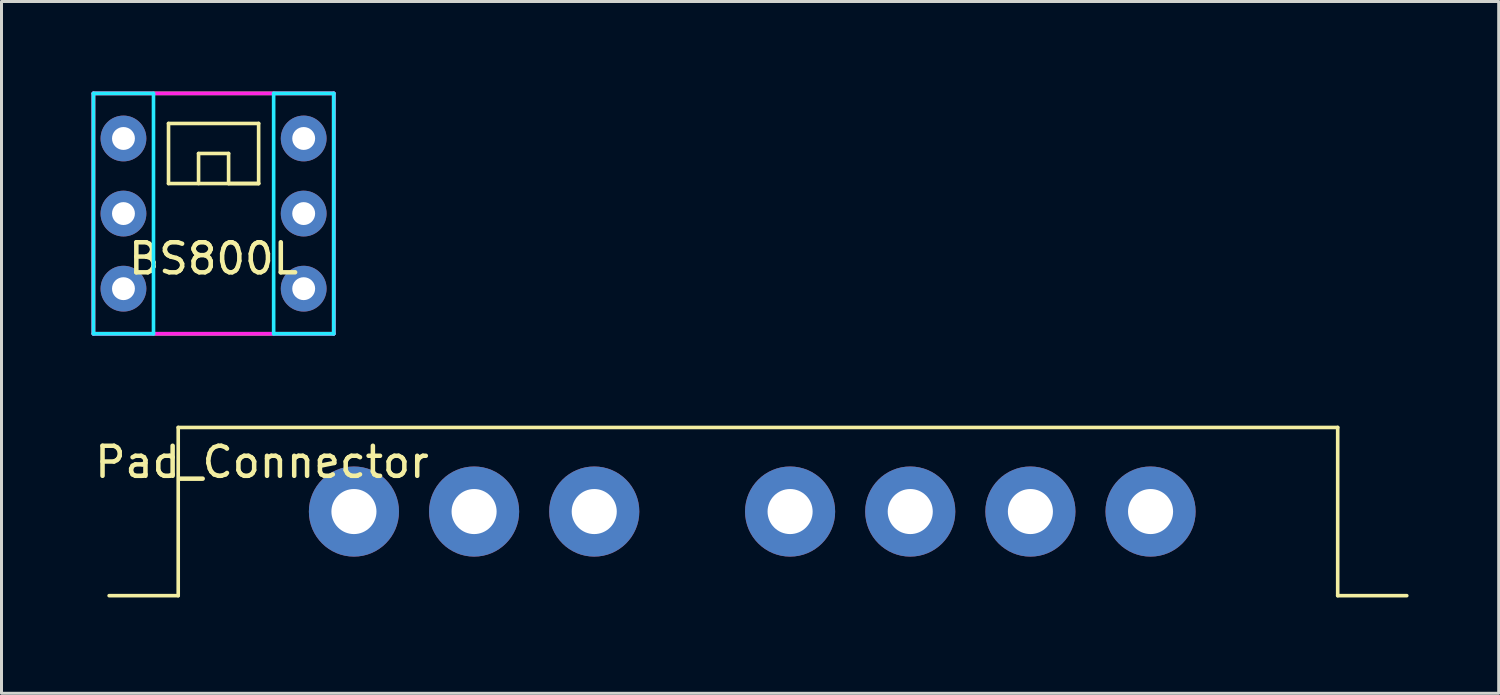
<source format=kicad_pcb>
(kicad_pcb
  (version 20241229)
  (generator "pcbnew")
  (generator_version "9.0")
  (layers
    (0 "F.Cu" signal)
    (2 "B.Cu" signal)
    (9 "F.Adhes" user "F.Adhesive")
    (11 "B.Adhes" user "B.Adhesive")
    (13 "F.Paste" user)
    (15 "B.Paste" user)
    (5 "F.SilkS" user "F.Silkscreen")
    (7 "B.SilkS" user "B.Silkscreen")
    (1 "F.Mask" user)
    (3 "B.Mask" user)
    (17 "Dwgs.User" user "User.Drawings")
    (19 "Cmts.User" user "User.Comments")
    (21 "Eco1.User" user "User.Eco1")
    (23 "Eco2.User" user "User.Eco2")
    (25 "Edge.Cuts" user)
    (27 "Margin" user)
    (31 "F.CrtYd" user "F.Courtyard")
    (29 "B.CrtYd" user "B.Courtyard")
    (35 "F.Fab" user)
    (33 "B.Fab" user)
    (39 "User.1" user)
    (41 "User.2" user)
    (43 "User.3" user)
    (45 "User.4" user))
  (footprint "Pad_Connector"
    (layer "F.Cu")
    (at 22.183 16.78)
    (property "Reference" "Pad_Connector" (at -16.51 -4.445 0) (layer "F.SilkS") (effects (font (size 1 1) (thickness 0.15))))
    (attr through_hole)
    (fp_line (start -21.6 0) (end -19.3 0) (stroke (width 0.12) (type solid)) (layer "F.SilkS"))
    (fp_line (start -19.3 0) (end -19.3 -5.6) (stroke (width 0.12) (type solid)) (layer "F.SilkS"))
    (fp_line (start 19.3 -5.6) (end -19.3 -5.6) (stroke (width 0.12) (type solid)) (layer "F.SilkS"))
    (fp_line (start 19.3 0) (end 19.3 -5.6) (stroke (width 0.12) (type solid)) (layer "F.SilkS"))
    (fp_line (start 21.6 0) (end 19.3 0) (stroke (width 0.12) (type solid)) (layer "F.SilkS"))
    (pad "1" thru_hole circle (at 13.07 -2.8) (size 3 3) (drill 1.5) (layers "*.Cu" "*.Mask"))
    (pad "2" thru_hole circle (at 9.07 -2.8) (size 3 3) (drill 1.5) (layers "*.Cu" "*.Mask"))
    (pad "3" thru_hole circle (at 5.07 -2.8) (size 3 3) (drill 1.5) (layers "*.Cu" "*.Mask"))
    (pad "4" thru_hole circle (at 1.07 -2.8) (size 3 3) (drill 1.5) (layers "*.Cu" "*.Mask"))
    (pad "5" thru_hole circle (at -5.45 -2.8) (size 3 3) (drill 1.5) (layers "*.Cu" "*.Mask"))
    (pad "6" thru_hole circle (at -9.45 -2.8) (size 3 3) (drill 1.5) (layers "*.Cu" "*.Mask"))
    (pad "7" thru_hole circle (at -13.45 -2.8) (size 3 3) (drill 1.5) (layers "*.Cu" "*.Mask")))
  (footprint "BS800L"
    (layer "F.Cu")
    (at 4.06 4.06)
    (property "Reference" "BS800L" (at 0 1.5 0) (layer "F.SilkS") (effects (font (size 1 1) (thickness 0.15))))
    (attr through_hole)
    (fp_line (start -4 -4) (end -4 4) (stroke (width 0.12) (type solid)) (layer "F.SilkS"))
    (fp_line (start -4 4) (end 4 4) (stroke (width 0.12) (type solid)) (layer "F.SilkS"))
    (fp_line (start -1.5 -3) (end 1.5 -3) (stroke (width 0.12) (type solid)) (layer "F.SilkS"))
    (fp_line (start -1.5 -1) (end -1.5 -3) (stroke (width 0.12) (type solid)) (layer "F.SilkS"))
    (fp_line (start -0.5 -2) (end -0.5 -1) (stroke (width 0.12) (type solid)) (layer "F.SilkS"))
    (fp_line (start 0.5 -2) (end -0.5 -2) (stroke (width 0.12) (type solid)) (layer "F.SilkS"))
    (fp_line (start 0.5 -1) (end 0.5 -2) (stroke (width 0.12) (type solid)) (layer "F.SilkS"))
    (fp_line (start 1.5 -3) (end 1.5 -1) (stroke (width 0.12) (type solid)) (layer "F.SilkS"))
    (fp_line (start 1.5 -1) (end -1.5 -1) (stroke (width 0.12) (type solid)) (layer "F.SilkS"))
    (fp_line (start 1.5 -1) (end 0.5 -1) (stroke (width 0.12) (type solid)) (layer "F.SilkS"))
    (fp_line (start 4 -4) (end -4 -4) (stroke (width 0.12) (type solid)) (layer "F.SilkS"))
    (fp_line (start 4 4) (end 4 -4) (stroke (width 0.12) (type solid)) (layer "F.SilkS"))
    (fp_line (start -4 -4) (end -4 4) (stroke (width 0.12) (type solid)) (layer "B.CrtYd"))
    (fp_line (start -4 4) (end -2 4) (stroke (width 0.12) (type solid)) (layer "B.CrtYd"))
    (fp_line (start -2 -4) (end -4 -4) (stroke (width 0.12) (type solid)) (layer "B.CrtYd"))
    (fp_line (start -2 4) (end -2 -4) (stroke (width 0.12) (type solid)) (layer "B.CrtYd"))
    (fp_line (start 2 -4) (end 4 -4) (stroke (width 0.12) (type solid)) (layer "B.CrtYd"))
    (fp_line (start 2 4) (end 2 -4) (stroke (width 0.12) (type solid)) (layer "B.CrtYd"))
    (fp_line (start 4 -4) (end 4 4) (stroke (width 0.12) (type solid)) (layer "B.CrtYd"))
    (fp_line (start 4 4) (end 2 4) (stroke (width 0.12) (type solid)) (layer "B.CrtYd"))
    (fp_line (start -4 -4) (end -4 4) (stroke (width 0.12) (type solid)) (layer "F.CrtYd"))
    (fp_line (start -4 4) (end 4 4) (stroke (width 0.12) (type solid)) (layer "F.CrtYd"))
    (fp_line (start 4 -4) (end -4 -4) (stroke (width 0.12) (type solid)) (layer "F.CrtYd"))
    (fp_line (start 4 4) (end 4 -4) (stroke (width 0.12) (type solid)) (layer "F.CrtYd"))
    (pad "1" thru_hole circle (at 3 2.5 90) (size 1.524 1.524) (drill 0.762) (layers "*.Cu" "*.Mask"))
    (pad "2" thru_hole circle (at 3 -2.5 90) (size 1.524 1.524) (drill 0.762) (layers "*.Cu" "*.Mask"))
    (pad "3" thru_hole circle (at 3 0 90) (size 1.524 1.524) (drill 0.762) (layers "*.Cu" "*.Mask"))
    (pad "4" thru_hole circle (at -3 -2.5 90) (size 1.524 1.524) (drill 0.762) (layers "*.Cu" "*.Mask"))
    (pad "5" thru_hole circle (at -3 2.5 90) (size 1.524 1.524) (drill 0.762) (layers "*.Cu" "*.Mask"))
    (pad "6" thru_hole circle (at -3 0 90) (size 1.524 1.524) (drill 0.762) (layers "*.Cu" "*.Mask")))
  (gr_rect
    (start -3 -3)
    (end 46.843 20.03)
    (stroke (width 0.1) (type default))
    (fill no)
    (layer "Edge.Cuts")))
</source>
